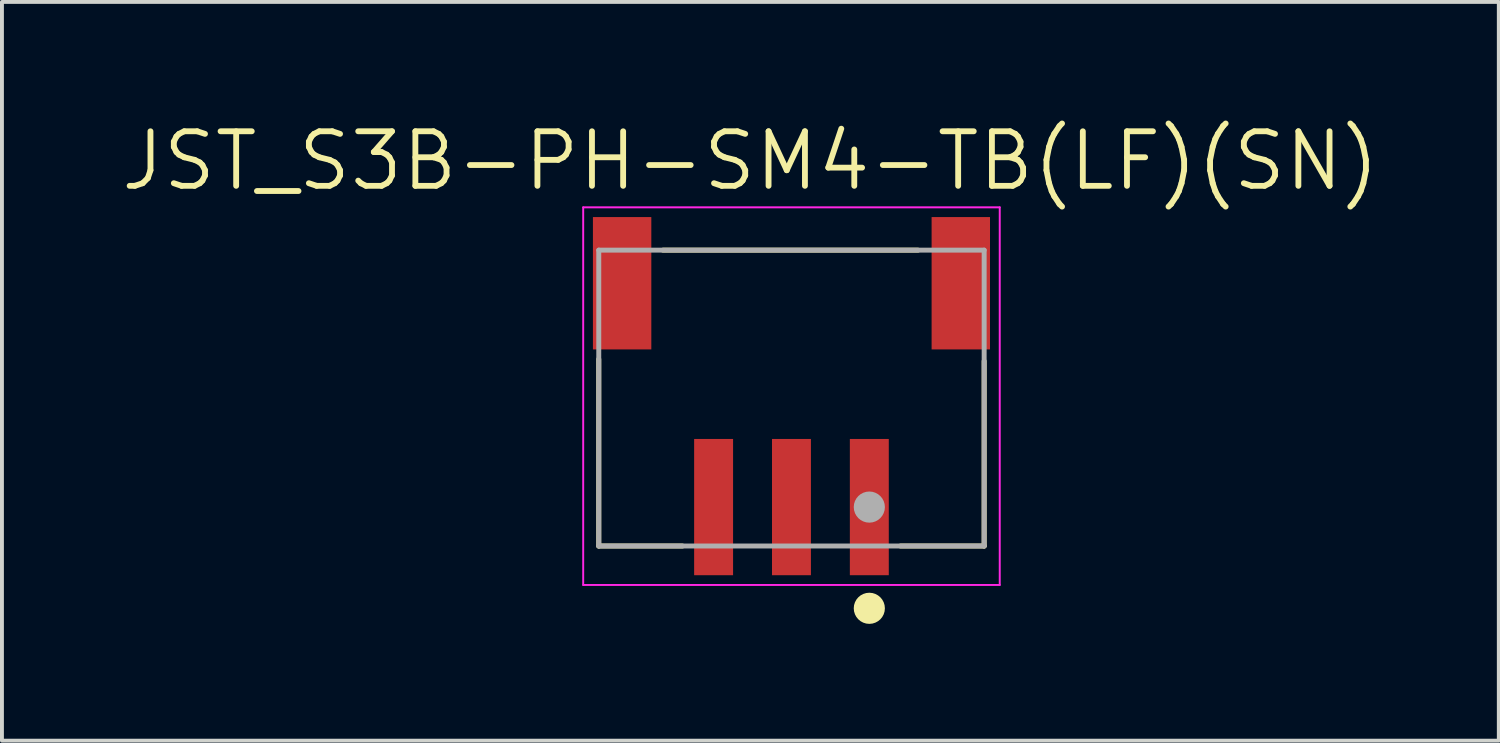
<source format=kicad_pcb>
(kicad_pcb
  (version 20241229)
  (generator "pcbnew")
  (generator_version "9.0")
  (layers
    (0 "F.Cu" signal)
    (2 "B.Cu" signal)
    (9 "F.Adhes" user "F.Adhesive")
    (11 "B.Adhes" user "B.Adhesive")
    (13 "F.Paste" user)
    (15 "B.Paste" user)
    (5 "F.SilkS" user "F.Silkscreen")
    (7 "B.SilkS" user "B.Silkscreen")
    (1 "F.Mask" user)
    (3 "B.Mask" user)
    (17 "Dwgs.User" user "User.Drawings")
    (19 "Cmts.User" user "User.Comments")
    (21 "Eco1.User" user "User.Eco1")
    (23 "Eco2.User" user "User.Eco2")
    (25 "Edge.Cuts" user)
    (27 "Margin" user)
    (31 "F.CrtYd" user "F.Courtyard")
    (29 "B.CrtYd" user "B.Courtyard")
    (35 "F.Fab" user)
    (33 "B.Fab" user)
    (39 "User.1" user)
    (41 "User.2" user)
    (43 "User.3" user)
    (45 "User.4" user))
  (footprint "JST_S3B-PH-SM4-TB(LF)(SN)"
    (layer "F.Cu")
    (at 17.281 9.976)
    (property "Reference" "JST_S3B-PH-SM4-TB(LF)(SN)" (at -1.055 -8.893 0) (layer "F.SilkS") (effects (font (size 1.401 1.401) (thickness 0.15))))
    (attr smd)
    (fp_line (start -4.95 -3.8) (end -4.95 1) (stroke (width 0.127) (type solid)) (layer "F.SilkS"))
    (fp_line (start -4.95 1) (end -2.8 1) (stroke (width 0.127) (type solid)) (layer "F.SilkS"))
    (fp_line (start -3.3 -6.6) (end 3.25 -6.6) (stroke (width 0.127) (type solid)) (layer "F.SilkS"))
    (fp_line (start 2.8 1) (end 4.95 1) (stroke (width 0.127) (type solid)) (layer "F.SilkS"))
    (fp_line (start 4.95 1) (end 4.95 -3.75) (stroke (width 0.127) (type solid)) (layer "F.SilkS"))
    (fp_circle (center 2 2.6) (end 2.2 2.6) (stroke (width 0.4) (type solid)) (fill no) (layer "F.SilkS"))
    (fp_line (start -5.35 -7.7) (end 5.35 -7.7) (stroke (width 0.05) (type solid)) (layer "F.CrtYd"))
    (fp_line (start -5.35 2) (end -5.35 -7.7) (stroke (width 0.05) (type solid)) (layer "F.CrtYd"))
    (fp_line (start 5.35 -7.7) (end 5.35 2) (stroke (width 0.05) (type solid)) (layer "F.CrtYd"))
    (fp_line (start 5.35 2) (end -5.35 2) (stroke (width 0.05) (type solid)) (layer "F.CrtYd"))
    (fp_line (start -4.95 -6.6) (end -4.95 1) (stroke (width 0.127) (type solid)) (layer "F.Fab"))
    (fp_line (start -4.95 1) (end 4.95 1) (stroke (width 0.127) (type solid)) (layer "F.Fab"))
    (fp_line (start 4.95 -6.6) (end -4.95 -6.6) (stroke (width 0.127) (type solid)) (layer "F.Fab"))
    (fp_line (start 4.95 1) (end 4.95 -6.6) (stroke (width 0.127) (type solid)) (layer "F.Fab"))
    (fp_circle (center 2 0) (end 2.2 0) (stroke (width 0.4) (type solid)) (fill no) (layer "F.Fab"))
    (pad "1" smd rect (at 2 0 180) (size 1 3.5) (layers "F.Cu" "F.Mask" "F.Paste"))
    (pad "2" smd rect (at 0 0 180) (size 1 3.5) (layers "F.Cu" "F.Mask" "F.Paste"))
    (pad "3" smd rect (at -2 0 180) (size 1 3.5) (layers "F.Cu" "F.Mask" "F.Paste"))
    (pad "P1" smd rect (at -4.35 -5.75) (size 1.5 3.4) (layers "F.Cu" "F.Mask" "F.Paste"))
    (pad "P2" smd rect (at 4.35 -5.75) (size 1.5 3.4) (layers "F.Cu" "F.Mask" "F.Paste")))
  (gr_rect
    (start -3 -3)
    (end 35.451 15.976)
    (stroke (width 0.1) (type default))
    (fill no)
    (layer "Edge.Cuts")))
</source>
